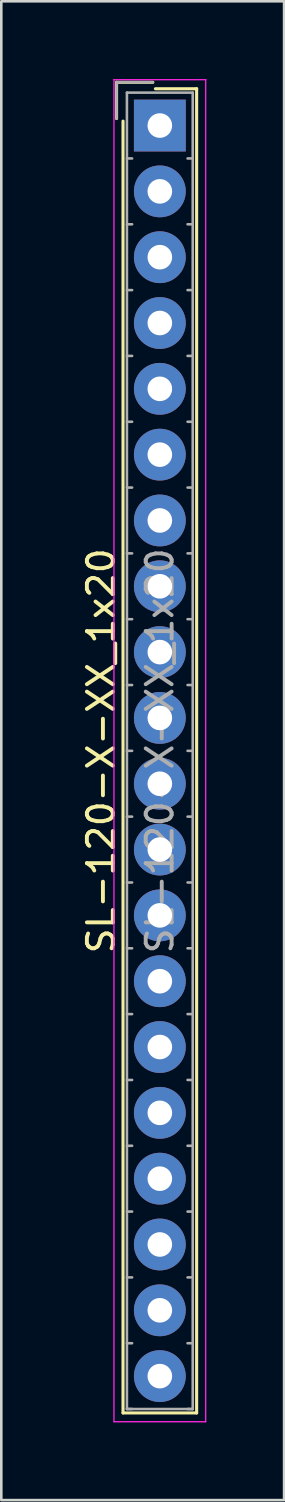
<source format=kicad_pcb>
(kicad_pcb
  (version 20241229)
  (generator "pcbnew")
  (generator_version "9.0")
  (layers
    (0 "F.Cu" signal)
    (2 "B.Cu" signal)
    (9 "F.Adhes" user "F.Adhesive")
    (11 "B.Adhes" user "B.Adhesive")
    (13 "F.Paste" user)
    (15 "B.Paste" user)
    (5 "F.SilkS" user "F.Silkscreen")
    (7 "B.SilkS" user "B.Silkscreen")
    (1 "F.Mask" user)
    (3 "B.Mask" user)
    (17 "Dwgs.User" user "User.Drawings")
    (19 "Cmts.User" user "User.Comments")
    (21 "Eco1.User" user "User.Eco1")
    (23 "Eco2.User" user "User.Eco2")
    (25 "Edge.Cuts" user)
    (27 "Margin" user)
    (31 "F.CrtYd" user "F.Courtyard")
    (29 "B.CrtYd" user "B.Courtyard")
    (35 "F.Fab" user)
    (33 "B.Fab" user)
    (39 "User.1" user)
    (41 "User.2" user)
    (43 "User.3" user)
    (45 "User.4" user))
  (footprint "SL-120-X-XX_1x20"
    (layer "F.Cu")
    (at 3.118 1.795)
    (property "Reference" "SL-120-X-XX_1x20" (at -2.27 24.13 90) (layer "F.SilkS") (effects (font (size 1 1) (thickness 0.15))))
    (attr through_hole)
    (fp_line (start -1.67 -1.67) (end -1.67 -0.27) (stroke (width 0.12) (type solid)) (layer "F.SilkS"))
    (fp_line (start -1.42 49.68) (end -1.42 -0.17) (stroke (width 0.12) (type solid)) (layer "F.SilkS"))
    (fp_line (start -0.27 -1.67) (end -1.67 -1.67) (stroke (width 0.12) (type solid)) (layer "F.SilkS"))
    (fp_line (start -0.17 -1.42) (end 1.42 -1.42) (stroke (width 0.12) (type solid)) (layer "F.SilkS"))
    (fp_line (start 1.42 -1.42) (end 1.42 49.68) (stroke (width 0.12) (type solid)) (layer "F.SilkS"))
    (fp_line (start 1.42 49.68) (end -1.42 49.68) (stroke (width 0.12) (type solid)) (layer "F.SilkS"))
    (fp_line (start -1.77 -1.77) (end -1.77 50.02) (stroke (width 0.05) (type solid)) (layer "F.CrtYd"))
    (fp_line (start -1.77 50.02) (end 1.77 50.02) (stroke (width 0.05) (type solid)) (layer "F.CrtYd"))
    (fp_line (start 1.77 -1.77) (end -1.77 -1.77) (stroke (width 0.05) (type solid)) (layer "F.CrtYd"))
    (fp_line (start 1.77 50.02) (end 1.77 -1.77) (stroke (width 0.05) (type solid)) (layer "F.CrtYd"))
    (fp_line (start -1.67 -1.67) (end -1.67 -0.27) (stroke (width 0.1) (type solid)) (layer "F.Fab"))
    (fp_line (start -1.27 -1.27) (end -1.27 49.53) (stroke (width 0.1) (type solid)) (layer "F.Fab"))
    (fp_line (start -1.27 1.27) (end -1.07 1.27) (stroke (width 0.1) (type solid)) (layer "F.Fab"))
    (fp_line (start -1.27 3.81) (end -1.07 3.81) (stroke (width 0.1) (type solid)) (layer "F.Fab"))
    (fp_line (start -1.27 6.35) (end -1.07 6.35) (stroke (width 0.1) (type solid)) (layer "F.Fab"))
    (fp_line (start -1.27 8.89) (end -1.07 8.89) (stroke (width 0.1) (type solid)) (layer "F.Fab"))
    (fp_line (start -1.27 11.43) (end -1.07 11.43) (stroke (width 0.1) (type solid)) (layer "F.Fab"))
    (fp_line (start -1.27 13.97) (end -1.07 13.97) (stroke (width 0.1) (type solid)) (layer "F.Fab"))
    (fp_line (start -1.27 16.51) (end -1.07 16.51) (stroke (width 0.1) (type solid)) (layer "F.Fab"))
    (fp_line (start -1.27 19.05) (end -1.07 19.05) (stroke (width 0.1) (type solid)) (layer "F.Fab"))
    (fp_line (start -1.27 21.59) (end -1.07 21.59) (stroke (width 0.1) (type solid)) (layer "F.Fab"))
    (fp_line (start -1.27 24.13) (end -1.07 24.13) (stroke (width 0.1) (type solid)) (layer "F.Fab"))
    (fp_line (start -1.27 26.67) (end -1.07 26.67) (stroke (width 0.1) (type solid)) (layer "F.Fab"))
    (fp_line (start -1.27 29.21) (end -1.07 29.21) (stroke (width 0.1) (type solid)) (layer "F.Fab"))
    (fp_line (start -1.27 31.75) (end -1.07 31.75) (stroke (width 0.1) (type solid)) (layer "F.Fab"))
    (fp_line (start -1.27 34.29) (end -1.07 34.29) (stroke (width 0.1) (type solid)) (layer "F.Fab"))
    (fp_line (start -1.27 36.83) (end -1.07 36.83) (stroke (width 0.1) (type solid)) (layer "F.Fab"))
    (fp_line (start -1.27 39.37) (end -1.07 39.37) (stroke (width 0.1) (type solid)) (layer "F.Fab"))
    (fp_line (start -1.27 41.91) (end -1.07 41.91) (stroke (width 0.1) (type solid)) (layer "F.Fab"))
    (fp_line (start -1.27 44.45) (end -1.07 44.45) (stroke (width 0.1) (type solid)) (layer "F.Fab"))
    (fp_line (start -1.27 46.99) (end -1.07 46.99) (stroke (width 0.1) (type solid)) (layer "F.Fab"))
    (fp_line (start -1.27 49.53) (end -1.07 49.53) (stroke (width 0.1) (type solid)) (layer "F.Fab"))
    (fp_line (start -1.27 49.53) (end 1.27 49.53) (stroke (width 0.1) (type solid)) (layer "F.Fab"))
    (fp_line (start -0.27 -1.67) (end -1.67 -1.67) (stroke (width 0.1) (type solid)) (layer "F.Fab"))
    (fp_line (start 1.27 -1.27) (end -1.27 -1.27) (stroke (width 0.1) (type solid)) (layer "F.Fab"))
    (fp_line (start 1.27 1.27) (end 1.07 1.27) (stroke (width 0.1) (type solid)) (layer "F.Fab"))
    (fp_line (start 1.27 3.81) (end 1.07 3.81) (stroke (width 0.1) (type solid)) (layer "F.Fab"))
    (fp_line (start 1.27 6.35) (end 1.07 6.35) (stroke (width 0.1) (type solid)) (layer "F.Fab"))
    (fp_line (start 1.27 8.89) (end 1.07 8.89) (stroke (width 0.1) (type solid)) (layer "F.Fab"))
    (fp_line (start 1.27 11.43) (end 1.07 11.43) (stroke (width 0.1) (type solid)) (layer "F.Fab"))
    (fp_line (start 1.27 13.97) (end 1.07 13.97) (stroke (width 0.1) (type solid)) (layer "F.Fab"))
    (fp_line (start 1.27 16.51) (end 1.07 16.51) (stroke (width 0.1) (type solid)) (layer "F.Fab"))
    (fp_line (start 1.27 19.05) (end 1.07 19.05) (stroke (width 0.1) (type solid)) (layer "F.Fab"))
    (fp_line (start 1.27 21.59) (end 1.07 21.59) (stroke (width 0.1) (type solid)) (layer "F.Fab"))
    (fp_line (start 1.27 24.13) (end 1.07 24.13) (stroke (width 0.1) (type solid)) (layer "F.Fab"))
    (fp_line (start 1.27 26.67) (end 1.07 26.67) (stroke (width 0.1) (type solid)) (layer "F.Fab"))
    (fp_line (start 1.27 29.21) (end 1.07 29.21) (stroke (width 0.1) (type solid)) (layer "F.Fab"))
    (fp_line (start 1.27 31.75) (end 1.07 31.75) (stroke (width 0.1) (type solid)) (layer "F.Fab"))
    (fp_line (start 1.27 34.29) (end 1.07 34.29) (stroke (width 0.1) (type solid)) (layer "F.Fab"))
    (fp_line (start 1.27 36.83) (end 1.07 36.83) (stroke (width 0.1) (type solid)) (layer "F.Fab"))
    (fp_line (start 1.27 39.37) (end 1.07 39.37) (stroke (width 0.1) (type solid)) (layer "F.Fab"))
    (fp_line (start 1.27 41.91) (end 1.07 41.91) (stroke (width 0.1) (type solid)) (layer "F.Fab"))
    (fp_line (start 1.27 44.45) (end 1.07 44.45) (stroke (width 0.1) (type solid)) (layer "F.Fab"))
    (fp_line (start 1.27 46.99) (end 1.07 46.99) (stroke (width 0.1) (type solid)) (layer "F.Fab"))
    (fp_line (start 1.27 49.53) (end 1.07 49.53) (stroke (width 0.1) (type solid)) (layer "F.Fab"))
    (fp_line (start 1.27 49.53) (end 1.27 -1.27) (stroke (width 0.1) (type solid)) (layer "F.Fab"))
    (fp_text user "${REFERENCE}" (at 0 24.13 90) (layer "F.Fab") (effects (font (size 1 1) (thickness 0.15))))
    (pad "1" thru_hole rect (at 0 0) (size 2 2) (drill 0.95) (layers "*.Cu" "*.Mask"))
    (pad "2" thru_hole circle (at 0 2.54) (size 2 2) (drill 0.95) (layers "*.Cu" "*.Mask"))
    (pad "3" thru_hole circle (at 0 5.08) (size 2 2) (drill 0.95) (layers "*.Cu" "*.Mask"))
    (pad "4" thru_hole circle (at 0 7.62) (size 2 2) (drill 0.95) (layers "*.Cu" "*.Mask"))
    (pad "5" thru_hole circle (at 0 10.16) (size 2 2) (drill 0.95) (layers "*.Cu" "*.Mask"))
    (pad "6" thru_hole circle (at 0 12.7) (size 2 2) (drill 0.95) (layers "*.Cu" "*.Mask"))
    (pad "7" thru_hole circle (at 0 15.24) (size 2 2) (drill 0.95) (layers "*.Cu" "*.Mask"))
    (pad "8" thru_hole circle (at 0 17.78) (size 2 2) (drill 0.95) (layers "*.Cu" "*.Mask"))
    (pad "9" thru_hole circle (at 0 20.32) (size 2 2) (drill 0.95) (layers "*.Cu" "*.Mask"))
    (pad "10" thru_hole circle (at 0 22.86) (size 2 2) (drill 0.95) (layers "*.Cu" "*.Mask"))
    (pad "11" thru_hole circle (at 0 25.4) (size 2 2) (drill 0.95) (layers "*.Cu" "*.Mask"))
    (pad "12" thru_hole circle (at 0 27.94) (size 2 2) (drill 0.95) (layers "*.Cu" "*.Mask"))
    (pad "13" thru_hole circle (at 0 30.48) (size 2 2) (drill 0.95) (layers "*.Cu" "*.Mask"))
    (pad "14" thru_hole circle (at 0 33.02) (size 2 2) (drill 0.95) (layers "*.Cu" "*.Mask"))
    (pad "15" thru_hole circle (at 0 35.56) (size 2 2) (drill 0.95) (layers "*.Cu" "*.Mask"))
    (pad "16" thru_hole circle (at 0 38.1) (size 2 2) (drill 0.95) (layers "*.Cu" "*.Mask"))
    (pad "17" thru_hole circle (at 0 40.64) (size 2 2) (drill 0.95) (layers "*.Cu" "*.Mask"))
    (pad "18" thru_hole circle (at 0 43.18) (size 2 2) (drill 0.95) (layers "*.Cu" "*.Mask"))
    (pad "19" thru_hole circle (at 0 45.72) (size 2 2) (drill 0.95) (layers "*.Cu" "*.Mask"))
    (pad "20" thru_hole circle (at 0 48.26) (size 2 2) (drill 0.95) (layers "*.Cu" "*.Mask")))
  (gr_rect
    (start -3 -3)
    (end 7.913 54.84)
    (stroke (width 0.1) (type default))
    (fill no)
    (layer "Edge.Cuts")))
</source>
